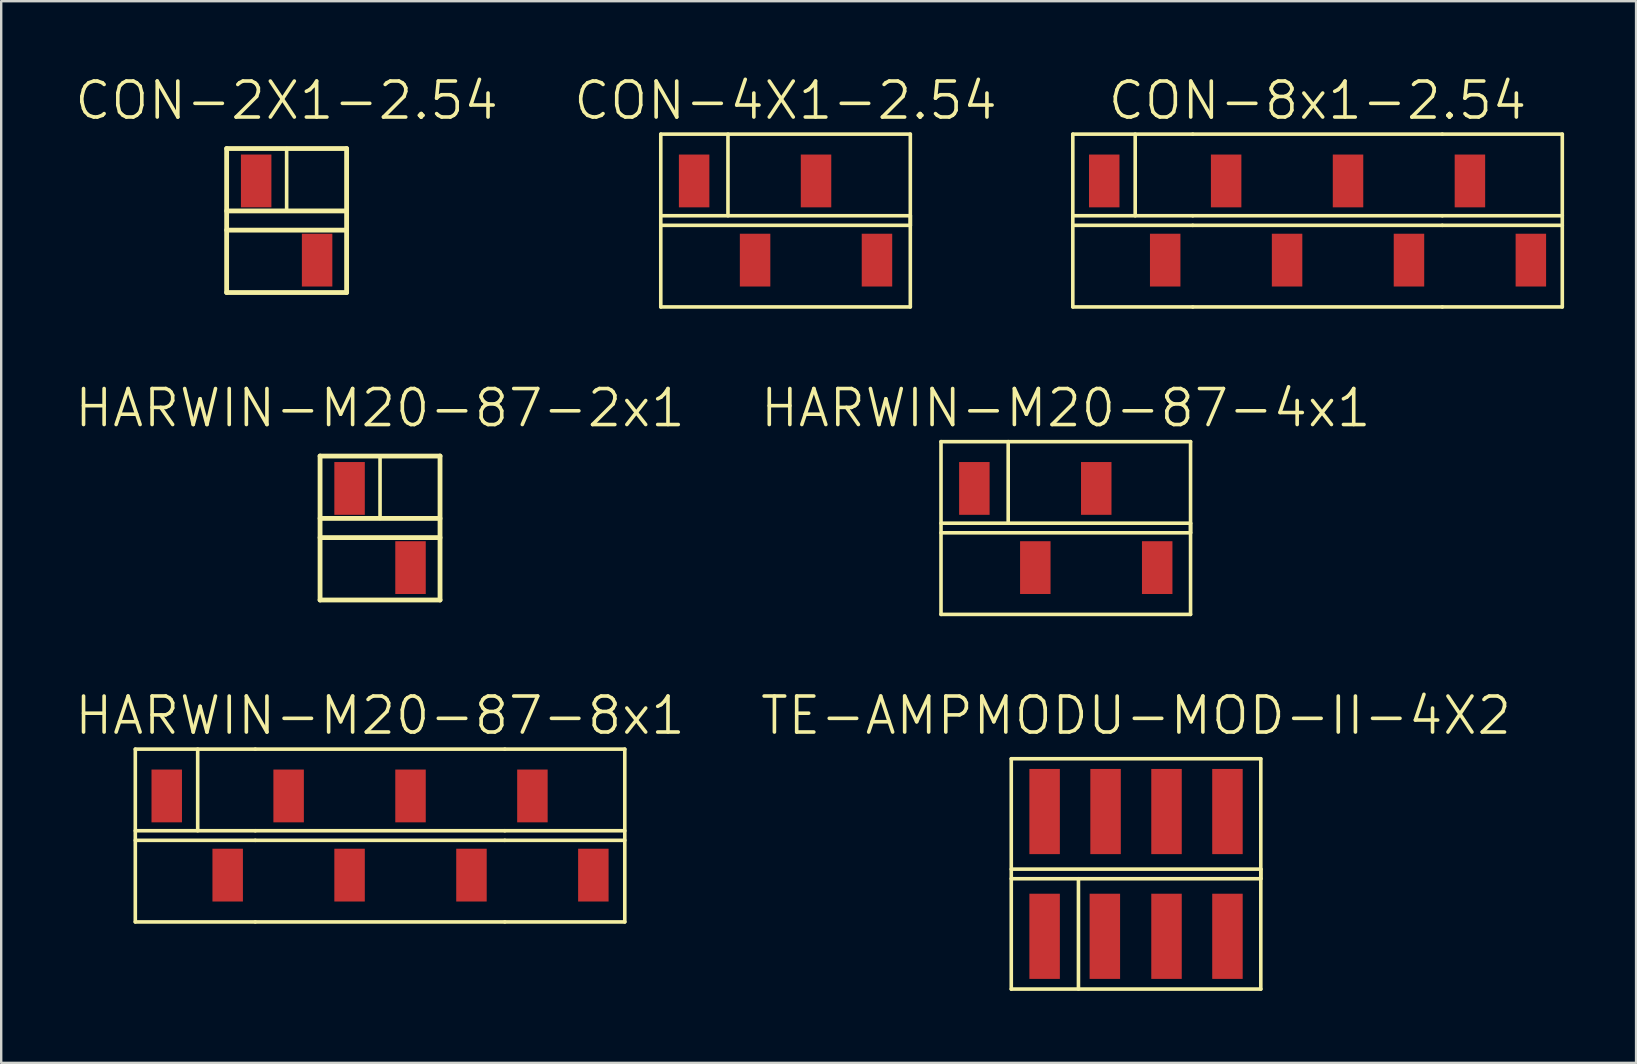
<source format=kicad_pcb>
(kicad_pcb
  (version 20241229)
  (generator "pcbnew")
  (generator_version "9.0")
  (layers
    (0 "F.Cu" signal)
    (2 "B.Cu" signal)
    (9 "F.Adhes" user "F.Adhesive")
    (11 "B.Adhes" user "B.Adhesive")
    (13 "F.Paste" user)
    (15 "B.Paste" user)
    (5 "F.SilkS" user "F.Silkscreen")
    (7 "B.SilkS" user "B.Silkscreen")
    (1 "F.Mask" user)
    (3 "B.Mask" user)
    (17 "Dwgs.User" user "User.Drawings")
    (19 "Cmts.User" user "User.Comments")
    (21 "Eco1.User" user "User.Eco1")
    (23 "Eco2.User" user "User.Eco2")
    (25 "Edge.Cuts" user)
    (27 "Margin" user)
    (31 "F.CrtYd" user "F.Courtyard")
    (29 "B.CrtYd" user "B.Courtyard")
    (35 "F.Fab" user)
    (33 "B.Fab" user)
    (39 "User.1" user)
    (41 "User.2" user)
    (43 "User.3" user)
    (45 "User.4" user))
  (footprint "CON-4X1-2.54"
    (layer "F.Cu")
    (at 29.689 6.141)
    (property "Reference" "CON-4X1-2.54" (at 0 -5 0) (layer "F.SilkS") (effects (font (size 1.5 1.5) (thickness 0.15))))
    (attr through_hole)
    (fp_line (start -5.2 -3.6) (end 5.2 -3.6) (stroke (width 0.15) (type solid)) (layer "F.SilkS"))
    (fp_line (start -5.2 -0.2) (end 5.2 -0.2) (stroke (width 0.15) (type solid)) (layer "F.SilkS"))
    (fp_line (start -5.2 3.6) (end -5.2 -3.6) (stroke (width 0.15) (type solid)) (layer "F.SilkS"))
    (fp_line (start -2.4 -0.2) (end -2.4 -3.6) (stroke (width 0.15) (type solid)) (layer "F.SilkS"))
    (fp_line (start 5.2 -3.6) (end 5.2 3.6) (stroke (width 0.15) (type solid)) (layer "F.SilkS"))
    (fp_line (start 5.2 -0.2) (end 5.2 0.2) (stroke (width 0.15) (type solid)) (layer "F.SilkS"))
    (fp_line (start 5.2 0.2) (end -5.2 0.2) (stroke (width 0.15) (type solid)) (layer "F.SilkS"))
    (fp_line (start 5.2 3.6) (end -5.2 3.6) (stroke (width 0.15) (type solid)) (layer "F.SilkS"))
    (pad "1" smd rect (at -3.81 -1.65) (size 1.27 2.2) (layers "F.Cu" "F.Mask" "F.Paste"))
    (pad "2" smd rect (at -1.27 1.65) (size 1.27 2.2) (layers "F.Cu" "F.Mask" "F.Paste"))
    (pad "3" smd rect (at 1.27 -1.65) (size 1.27 2.2) (layers "F.Cu" "F.Mask" "F.Paste"))
    (pad "4" smd rect (at 3.81 1.65) (size 1.27 2.2) (layers "F.Cu" "F.Mask" "F.Paste")))
  (footprint "HARWIN-M20-87-8x1"
    (layer "F.Cu")
    (at 12.789 31.772)
    (property "Reference" "HARWIN-M20-87-8x1" (at 0 -5 0) (layer "F.SilkS") (effects (font (size 1.5 1.5) (thickness 0.15))))
    (attr through_hole)
    (fp_line (start -10.2 -3.6) (end -5.2 -3.6) (stroke (width 0.15) (type solid)) (layer "F.SilkS"))
    (fp_line (start -10.2 3.6) (end -10.2 -3.6) (stroke (width 0.15) (type solid)) (layer "F.SilkS"))
    (fp_line (start -7.6 -0.2) (end -7.6 -3.6) (stroke (width 0.15) (type solid)) (layer "F.SilkS"))
    (fp_line (start -5.2 -3.6) (end 5.2 -3.6) (stroke (width 0.15) (type solid)) (layer "F.SilkS"))
    (fp_line (start -5.2 -0.2) (end -10.2 -0.2) (stroke (width 0.15) (type solid)) (layer "F.SilkS"))
    (fp_line (start -5.2 -0.2) (end 5.2 -0.2) (stroke (width 0.15) (type solid)) (layer "F.SilkS"))
    (fp_line (start -5.2 0.2) (end -10.2 0.2) (stroke (width 0.15) (type solid)) (layer "F.SilkS"))
    (fp_line (start -5.2 3.6) (end -10.2 3.6) (stroke (width 0.15) (type solid)) (layer "F.SilkS"))
    (fp_line (start 5.2 -3.6) (end 10.2 -3.6) (stroke (width 0.15) (type solid)) (layer "F.SilkS"))
    (fp_line (start 5.2 -0.2) (end 10.2 -0.2) (stroke (width 0.15) (type solid)) (layer "F.SilkS"))
    (fp_line (start 5.2 0.2) (end -5.2 0.2) (stroke (width 0.15) (type solid)) (layer "F.SilkS"))
    (fp_line (start 5.2 0.2) (end 10.2 0.2) (stroke (width 0.15) (type solid)) (layer "F.SilkS"))
    (fp_line (start 5.2 3.6) (end -5.2 3.6) (stroke (width 0.15) (type solid)) (layer "F.SilkS"))
    (fp_line (start 5.2 3.6) (end 10.2 3.6) (stroke (width 0.15) (type solid)) (layer "F.SilkS"))
    (fp_line (start 10.2 -3.6) (end 10.2 3.6) (stroke (width 0.15) (type solid)) (layer "F.SilkS"))
    (pad "1" smd rect (at -8.89 -1.65) (size 1.27 2.2) (layers "F.Cu" "F.Mask" "F.Paste"))
    (pad "2" smd rect (at -6.35 1.65) (size 1.27 2.2) (layers "F.Cu" "F.Mask" "F.Paste"))
    (pad "3" smd rect (at -3.81 -1.65) (size 1.27 2.2) (layers "F.Cu" "F.Mask" "F.Paste"))
    (pad "4" smd rect (at -1.27 1.65) (size 1.27 2.2) (layers "F.Cu" "F.Mask" "F.Paste"))
    (pad "5" smd rect (at 1.27 -1.65) (size 1.27 2.2) (layers "F.Cu" "F.Mask" "F.Paste"))
    (pad "6" smd rect (at 3.81 1.65) (size 1.27 2.2) (layers "F.Cu" "F.Mask" "F.Paste"))
    (pad "7" smd rect (at 6.35 -1.65) (size 1.27 2.2) (layers "F.Cu" "F.Mask" "F.Paste"))
    (pad "8" smd rect (at 8.89 1.65) (size 1.27 2.2) (layers "F.Cu" "F.Mask" "F.Paste")))
  (footprint "HARWIN-M20-87-4x1"
    (layer "F.Cu")
    (at 41.368 18.956)
    (property "Reference" "HARWIN-M20-87-4x1" (at 0 -5 0) (layer "F.SilkS") (effects (font (size 1.5 1.5) (thickness 0.15))))
    (attr through_hole)
    (fp_line (start -5.2 -3.6) (end 5.2 -3.6) (stroke (width 0.15) (type solid)) (layer "F.SilkS"))
    (fp_line (start -5.2 -0.2) (end 5.2 -0.2) (stroke (width 0.15) (type solid)) (layer "F.SilkS"))
    (fp_line (start -5.2 3.6) (end -5.2 -3.6) (stroke (width 0.15) (type solid)) (layer "F.SilkS"))
    (fp_line (start -2.4 -0.2) (end -2.4 -3.6) (stroke (width 0.15) (type solid)) (layer "F.SilkS"))
    (fp_line (start 5.2 -3.6) (end 5.2 3.6) (stroke (width 0.15) (type solid)) (layer "F.SilkS"))
    (fp_line (start 5.2 -0.2) (end 5.2 0.2) (stroke (width 0.15) (type solid)) (layer "F.SilkS"))
    (fp_line (start 5.2 0.2) (end -5.2 0.2) (stroke (width 0.15) (type solid)) (layer "F.SilkS"))
    (fp_line (start 5.2 3.6) (end -5.2 3.6) (stroke (width 0.15) (type solid)) (layer "F.SilkS"))
    (pad "1" smd rect (at -3.81 -1.65) (size 1.27 2.2) (layers "F.Cu" "F.Mask" "F.Paste"))
    (pad "2" smd rect (at -1.27 1.65) (size 1.27 2.2) (layers "F.Cu" "F.Mask" "F.Paste"))
    (pad "3" smd rect (at 1.27 -1.65) (size 1.27 2.2) (layers "F.Cu" "F.Mask" "F.Paste"))
    (pad "4" smd rect (at 3.81 1.65) (size 1.27 2.2) (layers "F.Cu" "F.Mask" "F.Paste")))
  (footprint "TE-AMPMODU-MOD-II-4X2"
    (layer "F.Cu")
    (at 44.296 33.372)
    (property "Reference" "TE-AMPMODU-MOD-II-4X2" (at 0 -6.6 0) (layer "F.SilkS") (effects (font (size 1.5 1.5) (thickness 0.15))))
    (attr through_hole)
    (fp_line (start -5.2 -4.8) (end 5.2 -4.8) (stroke (width 0.15) (type solid)) (layer "F.SilkS"))
    (fp_line (start -5.2 -0.2) (end 5.2 -0.2) (stroke (width 0.15) (type solid)) (layer "F.SilkS"))
    (fp_line (start -5.2 4.8) (end -5.2 -4.8) (stroke (width 0.15) (type solid)) (layer "F.SilkS"))
    (fp_line (start -2.4 4.8) (end -2.4 0.2) (stroke (width 0.15) (type solid)) (layer "F.SilkS"))
    (fp_line (start 5.2 -4.8) (end 5.2 4.8) (stroke (width 0.15) (type solid)) (layer "F.SilkS"))
    (fp_line (start 5.2 -0.2) (end 5.2 0.2) (stroke (width 0.15) (type solid)) (layer "F.SilkS"))
    (fp_line (start 5.2 0.2) (end -5.2 0.2) (stroke (width 0.15) (type solid)) (layer "F.SilkS"))
    (fp_line (start 5.2 4.8) (end -5.2 4.8) (stroke (width 0.15) (type solid)) (layer "F.SilkS"))
    (pad "1" smd rect (at -3.81 2.6) (size 1.27 3.55) (layers "F.Cu" "F.Mask" "F.Paste"))
    (pad "2" smd rect (at -3.81 -2.6) (size 1.27 3.55) (layers "F.Cu" "F.Mask" "F.Paste"))
    (pad "3" smd rect (at -1.3 2.6) (size 1.27 3.55) (layers "F.Cu" "F.Mask" "F.Paste"))
    (pad "4" smd rect (at -1.27 -2.6) (size 1.27 3.55) (layers "F.Cu" "F.Mask" "F.Paste"))
    (pad "5" smd rect (at 1.27 2.6) (size 1.27 3.55) (layers "F.Cu" "F.Mask" "F.Paste"))
    (pad "6" smd rect (at 1.27 -2.6) (size 1.27 3.55) (layers "F.Cu" "F.Mask" "F.Paste"))
    (pad "7" smd rect (at 3.81 2.6) (size 1.27 3.55) (layers "F.Cu" "F.Mask" "F.Paste"))
    (pad "8" smd rect (at 3.81 -2.6) (size 1.27 3.55) (layers "F.Cu" "F.Mask" "F.Paste")))
  (footprint "HARWIN-M20-87-2x1"
    (layer "F.Cu")
    (at 12.789 18.956)
    (property "Reference" "HARWIN-M20-87-2x1" (at 0 -5 0) (layer "F.SilkS") (effects (font (size 1.5 1.5) (thickness 0.15))))
    (attr through_hole)
    (fp_line (start -2.5 -3) (end 2.5 -3) (stroke (width 0.2) (type solid)) (layer "F.SilkS"))
    (fp_line (start -2.5 -0.4) (end 2.5 -0.4) (stroke (width 0.2) (type solid)) (layer "F.SilkS"))
    (fp_line (start -2.5 3) (end -2.5 -3) (stroke (width 0.2) (type solid)) (layer "F.SilkS"))
    (fp_line (start 0 -0.4) (end 0 -3) (stroke (width 0.15) (type solid)) (layer "F.SilkS"))
    (fp_line (start 2.5 -3) (end 2.5 3) (stroke (width 0.2) (type solid)) (layer "F.SilkS"))
    (fp_line (start 2.5 0.4) (end -2.5 0.4) (stroke (width 0.2) (type solid)) (layer "F.SilkS"))
    (fp_line (start 2.5 3) (end -2.5 3) (stroke (width 0.2) (type solid)) (layer "F.SilkS"))
    (pad "1" smd rect (at -1.27 -1.65) (size 1.27 2.2) (layers "F.Cu" "F.Mask" "F.Paste"))
    (pad "2" smd rect (at 1.27 1.65) (size 1.27 2.2) (layers "F.Cu" "F.Mask" "F.Paste")))
  (footprint "CON-8x1-2.54"
    (layer "F.Cu")
    (at 51.861 6.141)
    (property "Reference" "CON-8x1-2.54" (at 0 -5 0) (layer "F.SilkS") (effects (font (size 1.5 1.5) (thickness 0.15))))
    (attr through_hole)
    (fp_line (start -10.2 -3.6) (end -5.2 -3.6) (stroke (width 0.15) (type solid)) (layer "F.SilkS"))
    (fp_line (start -10.2 3.6) (end -10.2 -3.6) (stroke (width 0.15) (type solid)) (layer "F.SilkS"))
    (fp_line (start -7.6 -0.2) (end -7.6 -3.6) (stroke (width 0.15) (type solid)) (layer "F.SilkS"))
    (fp_line (start -5.2 -3.6) (end 5.2 -3.6) (stroke (width 0.15) (type solid)) (layer "F.SilkS"))
    (fp_line (start -5.2 -0.2) (end -10.2 -0.2) (stroke (width 0.15) (type solid)) (layer "F.SilkS"))
    (fp_line (start -5.2 -0.2) (end 5.2 -0.2) (stroke (width 0.15) (type solid)) (layer "F.SilkS"))
    (fp_line (start -5.2 0.2) (end -10.2 0.2) (stroke (width 0.15) (type solid)) (layer "F.SilkS"))
    (fp_line (start -5.2 3.6) (end -10.2 3.6) (stroke (width 0.15) (type solid)) (layer "F.SilkS"))
    (fp_line (start 5.2 -3.6) (end 10.2 -3.6) (stroke (width 0.15) (type solid)) (layer "F.SilkS"))
    (fp_line (start 5.2 -0.2) (end 10.2 -0.2) (stroke (width 0.15) (type solid)) (layer "F.SilkS"))
    (fp_line (start 5.2 0.2) (end -5.2 0.2) (stroke (width 0.15) (type solid)) (layer "F.SilkS"))
    (fp_line (start 5.2 0.2) (end 10.2 0.2) (stroke (width 0.15) (type solid)) (layer "F.SilkS"))
    (fp_line (start 5.2 3.6) (end -5.2 3.6) (stroke (width 0.15) (type solid)) (layer "F.SilkS"))
    (fp_line (start 5.2 3.6) (end 10.2 3.6) (stroke (width 0.15) (type solid)) (layer "F.SilkS"))
    (fp_line (start 10.2 -3.6) (end 10.2 3.6) (stroke (width 0.15) (type solid)) (layer "F.SilkS"))
    (pad "1" smd rect (at -8.89 -1.65) (size 1.27 2.2) (layers "F.Cu" "F.Mask" "F.Paste"))
    (pad "2" smd rect (at -6.35 1.65) (size 1.27 2.2) (layers "F.Cu" "F.Mask" "F.Paste"))
    (pad "3" smd rect (at -3.81 -1.65) (size 1.27 2.2) (layers "F.Cu" "F.Mask" "F.Paste"))
    (pad "4" smd rect (at -1.27 1.65) (size 1.27 2.2) (layers "F.Cu" "F.Mask" "F.Paste"))
    (pad "5" smd rect (at 1.27 -1.65) (size 1.27 2.2) (layers "F.Cu" "F.Mask" "F.Paste"))
    (pad "6" smd rect (at 3.81 1.65) (size 1.27 2.2) (layers "F.Cu" "F.Mask" "F.Paste"))
    (pad "7" smd rect (at 6.35 -1.65) (size 1.27 2.2) (layers "F.Cu" "F.Mask" "F.Paste"))
    (pad "8" smd rect (at 8.89 1.65) (size 1.27 2.2) (layers "F.Cu" "F.Mask" "F.Paste")))
  (footprint "CON-2X1-2.54"
    (layer "F.Cu")
    (at 8.896 6.141)
    (property "Reference" "CON-2X1-2.54" (at 0 -5 0) (layer "F.SilkS") (effects (font (size 1.5 1.5) (thickness 0.15))))
    (attr through_hole)
    (fp_line (start -2.5 -3) (end 2.5 -3) (stroke (width 0.2) (type solid)) (layer "F.SilkS"))
    (fp_line (start -2.5 -0.4) (end 2.5 -0.4) (stroke (width 0.2) (type solid)) (layer "F.SilkS"))
    (fp_line (start -2.5 3) (end -2.5 -3) (stroke (width 0.2) (type solid)) (layer "F.SilkS"))
    (fp_line (start 0 -0.4) (end 0 -3) (stroke (width 0.15) (type solid)) (layer "F.SilkS"))
    (fp_line (start 2.5 -3) (end 2.5 3) (stroke (width 0.2) (type solid)) (layer "F.SilkS"))
    (fp_line (start 2.5 0.4) (end -2.5 0.4) (stroke (width 0.2) (type solid)) (layer "F.SilkS"))
    (fp_line (start 2.5 3) (end -2.5 3) (stroke (width 0.2) (type solid)) (layer "F.SilkS"))
    (pad "1" smd rect (at -1.27 -1.65) (size 1.27 2.2) (layers "F.Cu" "F.Mask" "F.Paste"))
    (pad "2" smd rect (at 1.27 1.65) (size 1.27 2.2) (layers "F.Cu" "F.Mask" "F.Paste")))
  (gr_rect
    (start -3 -3)
    (end 65.136 41.247)
    (stroke (width 0.1) (type default))
    (fill no)
    (layer "Edge.Cuts")))
</source>
